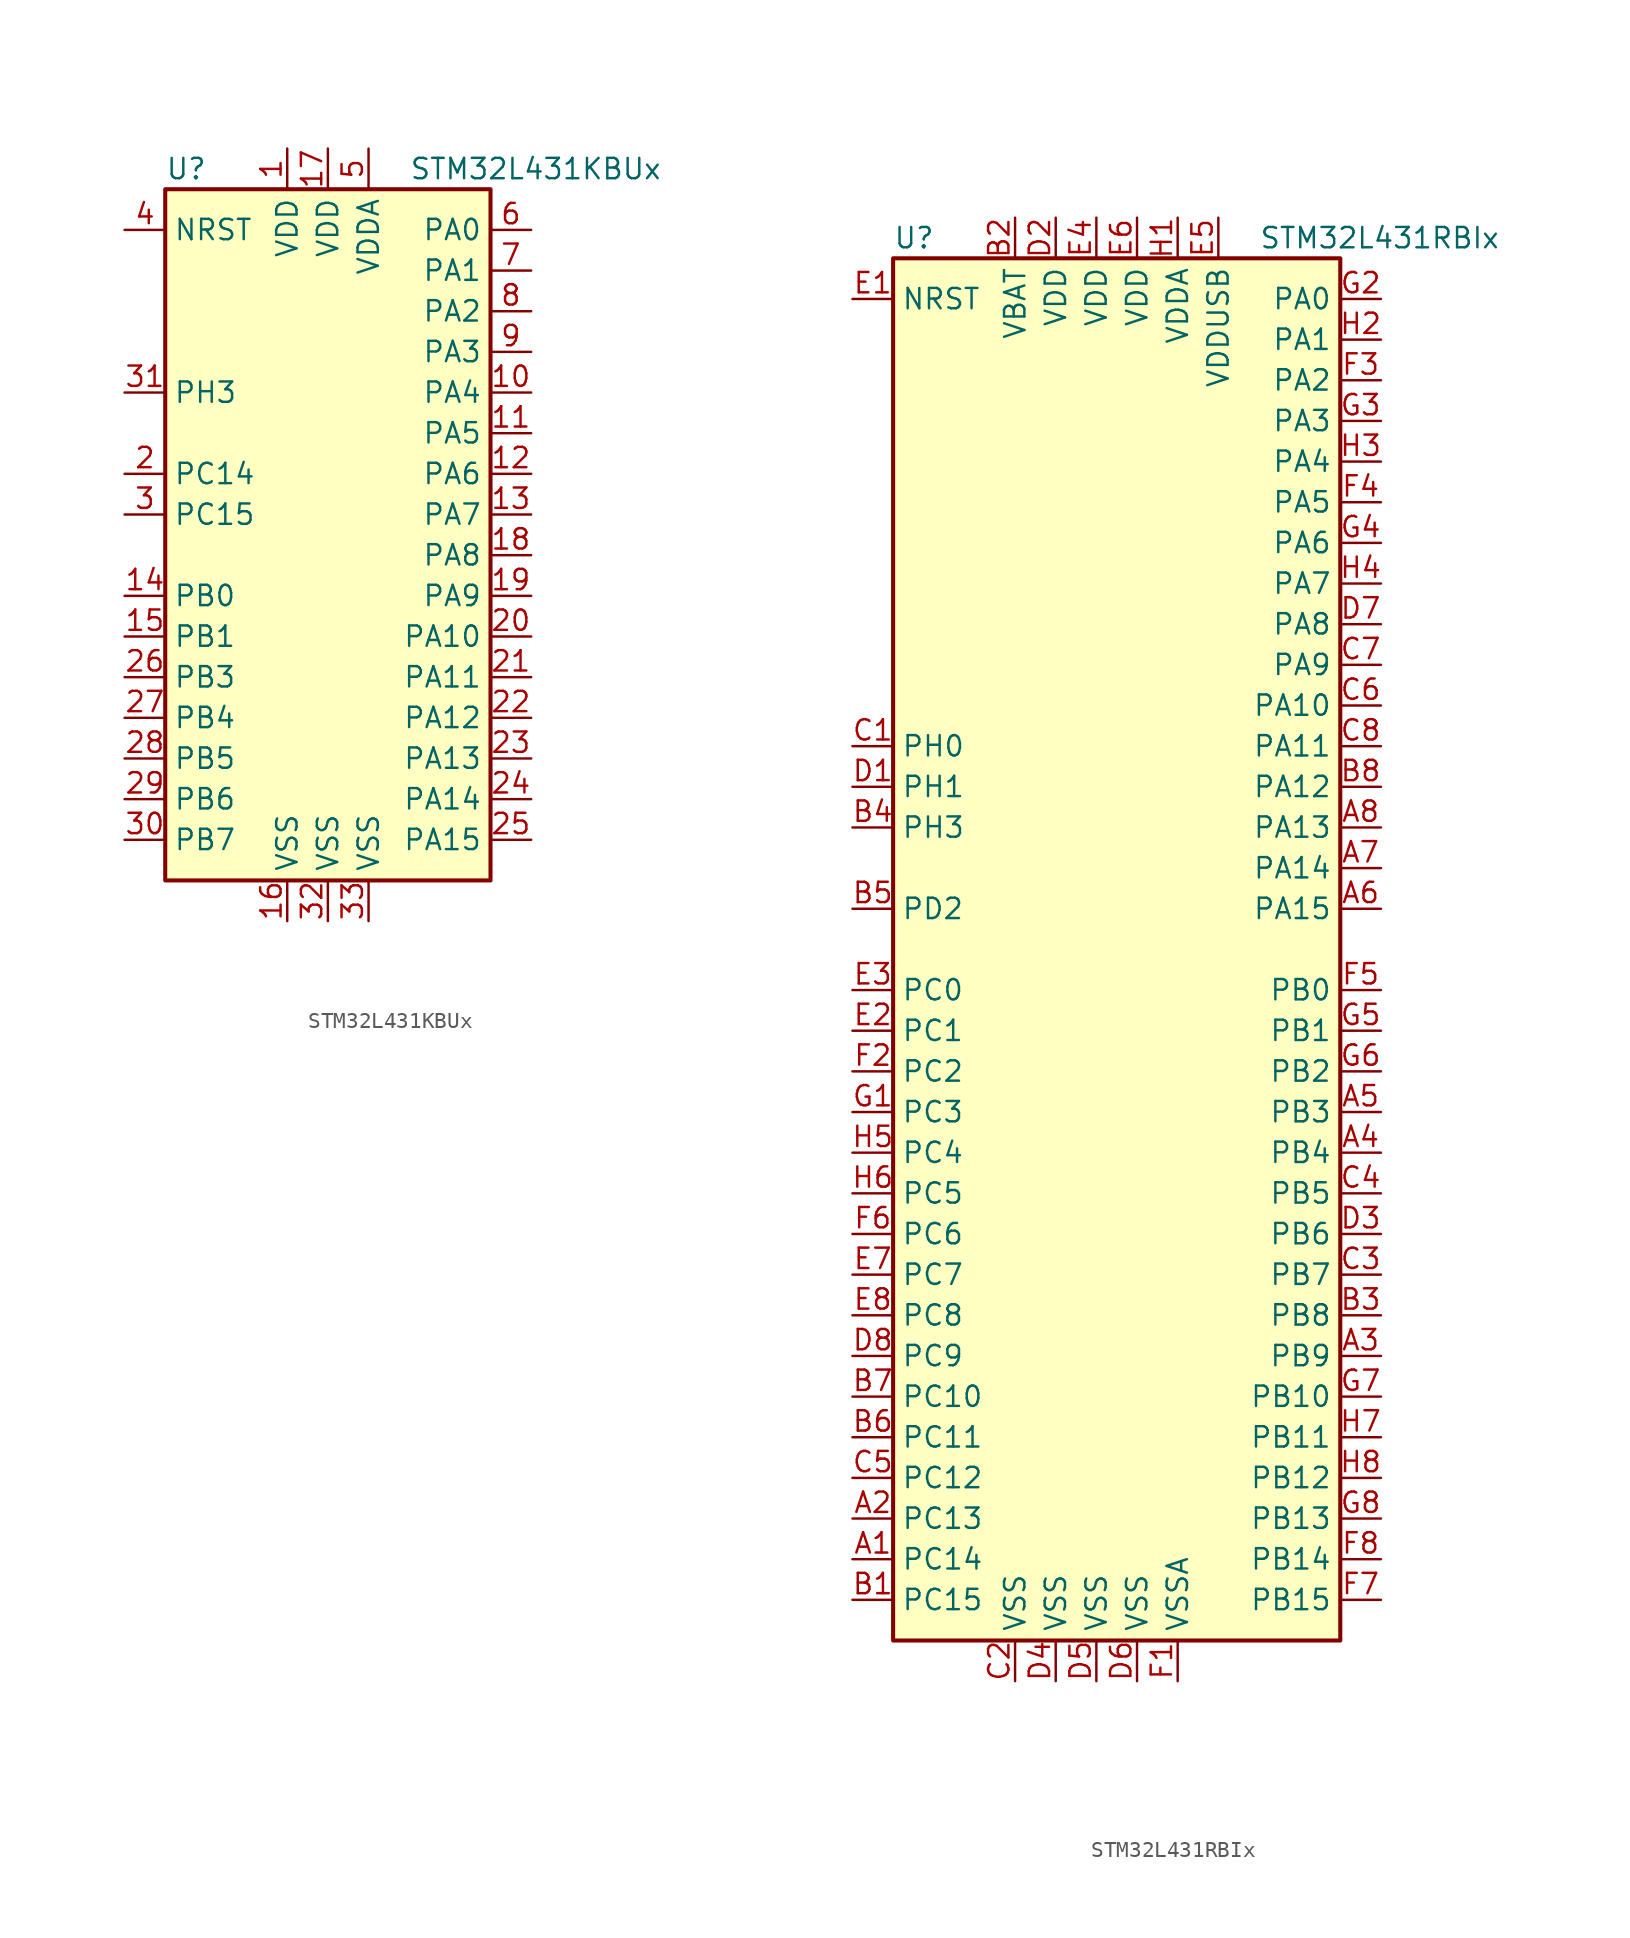
<source format=kicad_sym>
(kicad_symbol_lib
  (version 20201005)
  (generator kicad_symbol_editor)
  (symbol "STM32L431KBUx"
    (property "Reference" "U"
      (at -10.16 21.59 0)
      (effects (font (size 1.27 1.27)) (justify left)))
    (property "Value" "STM32L431KBUx"
      (at 5.08 21.59 0)
      (effects (font (size 1.27 1.27)) (justify left)))
    (symbol "STM32L431KBUx_0_1"
      (rectangle (start -10.16 -22.86) (end 10.16 20.32) (stroke (width 0.254)) (fill (type background))))
    (symbol "STM32L431KBUx_1_1"
      (pin input line (at -12.7 17.78 0) (length 2.54) (name "NRST" (effects (font (size 1.27 1.27)))) (number "4" (effects (font (size 1.27 1.27)))))
      (pin bidirectional line (at 12.7 17.78 180) (length 2.54) (name "PA0" (effects (font (size 1.27 1.27)))) (number "6" (effects (font (size 1.27 1.27)))))
      (pin bidirectional line (at 12.7 15.24 180) (length 2.54) (name "PA1" (effects (font (size 1.27 1.27)))) (number "7" (effects (font (size 1.27 1.27)))))
      (pin bidirectional line (at 12.7 -7.62 180) (length 2.54) (name "PA10" (effects (font (size 1.27 1.27)))) (number "20" (effects (font (size 1.27 1.27)))))
      (pin bidirectional line (at 12.7 -10.16 180) (length 2.54) (name "PA11" (effects (font (size 1.27 1.27)))) (number "21" (effects (font (size 1.27 1.27)))))
      (pin bidirectional line (at 12.7 -12.7 180) (length 2.54) (name "PA12" (effects (font (size 1.27 1.27)))) (number "22" (effects (font (size 1.27 1.27)))))
      (pin bidirectional line (at 12.7 -15.24 180) (length 2.54) (name "PA13" (effects (font (size 1.27 1.27)))) (number "23" (effects (font (size 1.27 1.27)))))
      (pin bidirectional line (at 12.7 -17.78 180) (length 2.54) (name "PA14" (effects (font (size 1.27 1.27)))) (number "24" (effects (font (size 1.27 1.27)))))
      (pin bidirectional line (at 12.7 -20.32 180) (length 2.54) (name "PA15" (effects (font (size 1.27 1.27)))) (number "25" (effects (font (size 1.27 1.27)))))
      (pin bidirectional line (at 12.7 12.7 180) (length 2.54) (name "PA2" (effects (font (size 1.27 1.27)))) (number "8" (effects (font (size 1.27 1.27)))))
      (pin bidirectional line (at 12.7 10.16 180) (length 2.54) (name "PA3" (effects (font (size 1.27 1.27)))) (number "9" (effects (font (size 1.27 1.27)))))
      (pin bidirectional line (at 12.7 7.62 180) (length 2.54) (name "PA4" (effects (font (size 1.27 1.27)))) (number "10" (effects (font (size 1.27 1.27)))))
      (pin bidirectional line (at 12.7 5.08 180) (length 2.54) (name "PA5" (effects (font (size 1.27 1.27)))) (number "11" (effects (font (size 1.27 1.27)))))
      (pin bidirectional line (at 12.7 2.54 180) (length 2.54) (name "PA6" (effects (font (size 1.27 1.27)))) (number "12" (effects (font (size 1.27 1.27)))))
      (pin bidirectional line (at 12.7 0 180) (length 2.54) (name "PA7" (effects (font (size 1.27 1.27)))) (number "13" (effects (font (size 1.27 1.27)))))
      (pin bidirectional line (at 12.7 -2.54 180) (length 2.54) (name "PA8" (effects (font (size 1.27 1.27)))) (number "18" (effects (font (size 1.27 1.27)))))
      (pin bidirectional line (at 12.7 -5.08 180) (length 2.54) (name "PA9" (effects (font (size 1.27 1.27)))) (number "19" (effects (font (size 1.27 1.27)))))
      (pin bidirectional line (at -12.7 -5.08 0) (length 2.54) (name "PB0" (effects (font (size 1.27 1.27)))) (number "14" (effects (font (size 1.27 1.27)))))
      (pin bidirectional line (at -12.7 -7.62 0) (length 2.54) (name "PB1" (effects (font (size 1.27 1.27)))) (number "15" (effects (font (size 1.27 1.27)))))
      (pin bidirectional line (at -12.7 -10.16 0) (length 2.54) (name "PB3" (effects (font (size 1.27 1.27)))) (number "26" (effects (font (size 1.27 1.27)))))
      (pin bidirectional line (at -12.7 -12.7 0) (length 2.54) (name "PB4" (effects (font (size 1.27 1.27)))) (number "27" (effects (font (size 1.27 1.27)))))
      (pin bidirectional line (at -12.7 -15.24 0) (length 2.54) (name "PB5" (effects (font (size 1.27 1.27)))) (number "28" (effects (font (size 1.27 1.27)))))
      (pin bidirectional line (at -12.7 -17.78 0) (length 2.54) (name "PB6" (effects (font (size 1.27 1.27)))) (number "29" (effects (font (size 1.27 1.27)))))
      (pin bidirectional line (at -12.7 -20.32 0) (length 2.54) (name "PB7" (effects (font (size 1.27 1.27)))) (number "30" (effects (font (size 1.27 1.27)))))
      (pin bidirectional line (at -12.7 2.54 0) (length 2.54) (name "PC14" (effects (font (size 1.27 1.27)))) (number "2" (effects (font (size 1.27 1.27)))))
      (pin bidirectional line (at -12.7 0 0) (length 2.54) (name "PC15" (effects (font (size 1.27 1.27)))) (number "3" (effects (font (size 1.27 1.27)))))
      (pin bidirectional line (at -12.7 7.62 0) (length 2.54) (name "PH3" (effects (font (size 1.27 1.27)))) (number "31" (effects (font (size 1.27 1.27)))))
      (pin power_in line (at -2.54 22.86 270) (length 2.54) (name "VDD" (effects (font (size 1.27 1.27)))) (number "1" (effects (font (size 1.27 1.27)))))
      (pin power_in line (at 0 22.86 270) (length 2.54) (name "VDD" (effects (font (size 1.27 1.27)))) (number "17" (effects (font (size 1.27 1.27)))))
      (pin power_in line (at 2.54 22.86 270) (length 2.54) (name "VDDA" (effects (font (size 1.27 1.27)))) (number "5" (effects (font (size 1.27 1.27)))))
      (pin power_in line (at -2.54 -25.4 90) (length 2.54) (name "VSS" (effects (font (size 1.27 1.27)))) (number "16" (effects (font (size 1.27 1.27)))))
      (pin power_in line (at 0 -25.4 90) (length 2.54) (name "VSS" (effects (font (size 1.27 1.27)))) (number "32" (effects (font (size 1.27 1.27)))))
      (pin power_in line (at 2.54 -25.4 90) (length 2.54) (name "VSS" (effects (font (size 1.27 1.27)))) (number "33" (effects (font (size 1.27 1.27)))))))
  (symbol "STM32L431RBIx"
    (property "Reference" "U"
      (at -15.24 44.45 0)
      (effects (font (size 1.27 1.27)) (justify left)))
    (property "Value" "STM32L431RBIx"
      (at 7.62 44.45 0)
      (effects (font (size 1.27 1.27)) (justify left)))
    (symbol "STM32L431RBIx_0_1"
      (rectangle (start -15.24 -43.18) (end 12.7 43.18) (stroke (width 0.254)) (fill (type background))))
    (symbol "STM32L431RBIx_1_1"
      (pin input line (at -17.78 40.64 0) (length 2.54) (name "NRST" (effects (font (size 1.27 1.27)))) (number "E1" (effects (font (size 1.27 1.27)))))
      (pin bidirectional line (at 15.24 40.64 180) (length 2.54) (name "PA0" (effects (font (size 1.27 1.27)))) (number "G2" (effects (font (size 1.27 1.27)))))
      (pin bidirectional line (at 15.24 38.1 180) (length 2.54) (name "PA1" (effects (font (size 1.27 1.27)))) (number "H2" (effects (font (size 1.27 1.27)))))
      (pin bidirectional line (at 15.24 15.24 180) (length 2.54) (name "PA10" (effects (font (size 1.27 1.27)))) (number "C6" (effects (font (size 1.27 1.27)))))
      (pin bidirectional line (at 15.24 12.7 180) (length 2.54) (name "PA11" (effects (font (size 1.27 1.27)))) (number "C8" (effects (font (size 1.27 1.27)))))
      (pin bidirectional line (at 15.24 10.16 180) (length 2.54) (name "PA12" (effects (font (size 1.27 1.27)))) (number "B8" (effects (font (size 1.27 1.27)))))
      (pin bidirectional line (at 15.24 7.62 180) (length 2.54) (name "PA13" (effects (font (size 1.27 1.27)))) (number "A8" (effects (font (size 1.27 1.27)))))
      (pin bidirectional line (at 15.24 5.08 180) (length 2.54) (name "PA14" (effects (font (size 1.27 1.27)))) (number "A7" (effects (font (size 1.27 1.27)))))
      (pin bidirectional line (at 15.24 2.54 180) (length 2.54) (name "PA15" (effects (font (size 1.27 1.27)))) (number "A6" (effects (font (size 1.27 1.27)))))
      (pin bidirectional line (at 15.24 35.56 180) (length 2.54) (name "PA2" (effects (font (size 1.27 1.27)))) (number "F3" (effects (font (size 1.27 1.27)))))
      (pin bidirectional line (at 15.24 33.02 180) (length 2.54) (name "PA3" (effects (font (size 1.27 1.27)))) (number "G3" (effects (font (size 1.27 1.27)))))
      (pin bidirectional line (at 15.24 30.48 180) (length 2.54) (name "PA4" (effects (font (size 1.27 1.27)))) (number "H3" (effects (font (size 1.27 1.27)))))
      (pin bidirectional line (at 15.24 27.94 180) (length 2.54) (name "PA5" (effects (font (size 1.27 1.27)))) (number "F4" (effects (font (size 1.27 1.27)))))
      (pin bidirectional line (at 15.24 25.4 180) (length 2.54) (name "PA6" (effects (font (size 1.27 1.27)))) (number "G4" (effects (font (size 1.27 1.27)))))
      (pin bidirectional line (at 15.24 22.86 180) (length 2.54) (name "PA7" (effects (font (size 1.27 1.27)))) (number "H4" (effects (font (size 1.27 1.27)))))
      (pin bidirectional line (at 15.24 20.32 180) (length 2.54) (name "PA8" (effects (font (size 1.27 1.27)))) (number "D7" (effects (font (size 1.27 1.27)))))
      (pin bidirectional line (at 15.24 17.78 180) (length 2.54) (name "PA9" (effects (font (size 1.27 1.27)))) (number "C7" (effects (font (size 1.27 1.27)))))
      (pin bidirectional line (at 15.24 -2.54 180) (length 2.54) (name "PB0" (effects (font (size 1.27 1.27)))) (number "F5" (effects (font (size 1.27 1.27)))))
      (pin bidirectional line (at 15.24 -5.08 180) (length 2.54) (name "PB1" (effects (font (size 1.27 1.27)))) (number "G5" (effects (font (size 1.27 1.27)))))
      (pin bidirectional line (at 15.24 -27.94 180) (length 2.54) (name "PB10" (effects (font (size 1.27 1.27)))) (number "G7" (effects (font (size 1.27 1.27)))))
      (pin bidirectional line (at 15.24 -30.48 180) (length 2.54) (name "PB11" (effects (font (size 1.27 1.27)))) (number "H7" (effects (font (size 1.27 1.27)))))
      (pin bidirectional line (at 15.24 -33.02 180) (length 2.54) (name "PB12" (effects (font (size 1.27 1.27)))) (number "H8" (effects (font (size 1.27 1.27)))))
      (pin bidirectional line (at 15.24 -35.56 180) (length 2.54) (name "PB13" (effects (font (size 1.27 1.27)))) (number "G8" (effects (font (size 1.27 1.27)))))
      (pin bidirectional line (at 15.24 -38.1 180) (length 2.54) (name "PB14" (effects (font (size 1.27 1.27)))) (number "F8" (effects (font (size 1.27 1.27)))))
      (pin bidirectional line (at 15.24 -40.64 180) (length 2.54) (name "PB15" (effects (font (size 1.27 1.27)))) (number "F7" (effects (font (size 1.27 1.27)))))
      (pin bidirectional line (at 15.24 -7.62 180) (length 2.54) (name "PB2" (effects (font (size 1.27 1.27)))) (number "G6" (effects (font (size 1.27 1.27)))))
      (pin bidirectional line (at 15.24 -10.16 180) (length 2.54) (name "PB3" (effects (font (size 1.27 1.27)))) (number "A5" (effects (font (size 1.27 1.27)))))
      (pin bidirectional line (at 15.24 -12.7 180) (length 2.54) (name "PB4" (effects (font (size 1.27 1.27)))) (number "A4" (effects (font (size 1.27 1.27)))))
      (pin bidirectional line (at 15.24 -15.24 180) (length 2.54) (name "PB5" (effects (font (size 1.27 1.27)))) (number "C4" (effects (font (size 1.27 1.27)))))
      (pin bidirectional line (at 15.24 -17.78 180) (length 2.54) (name "PB6" (effects (font (size 1.27 1.27)))) (number "D3" (effects (font (size 1.27 1.27)))))
      (pin bidirectional line (at 15.24 -20.32 180) (length 2.54) (name "PB7" (effects (font (size 1.27 1.27)))) (number "C3" (effects (font (size 1.27 1.27)))))
      (pin bidirectional line (at 15.24 -22.86 180) (length 2.54) (name "PB8" (effects (font (size 1.27 1.27)))) (number "B3" (effects (font (size 1.27 1.27)))))
      (pin bidirectional line (at 15.24 -25.4 180) (length 2.54) (name "PB9" (effects (font (size 1.27 1.27)))) (number "A3" (effects (font (size 1.27 1.27)))))
      (pin bidirectional line (at -17.78 -2.54 0) (length 2.54) (name "PC0" (effects (font (size 1.27 1.27)))) (number "E3" (effects (font (size 1.27 1.27)))))
      (pin bidirectional line (at -17.78 -5.08 0) (length 2.54) (name "PC1" (effects (font (size 1.27 1.27)))) (number "E2" (effects (font (size 1.27 1.27)))))
      (pin bidirectional line (at -17.78 -27.94 0) (length 2.54) (name "PC10" (effects (font (size 1.27 1.27)))) (number "B7" (effects (font (size 1.27 1.27)))))
      (pin bidirectional line (at -17.78 -30.48 0) (length 2.54) (name "PC11" (effects (font (size 1.27 1.27)))) (number "B6" (effects (font (size 1.27 1.27)))))
      (pin bidirectional line (at -17.78 -33.02 0) (length 2.54) (name "PC12" (effects (font (size 1.27 1.27)))) (number "C5" (effects (font (size 1.27 1.27)))))
      (pin bidirectional line (at -17.78 -35.56 0) (length 2.54) (name "PC13" (effects (font (size 1.27 1.27)))) (number "A2" (effects (font (size 1.27 1.27)))))
      (pin bidirectional line (at -17.78 -38.1 0) (length 2.54) (name "PC14" (effects (font (size 1.27 1.27)))) (number "A1" (effects (font (size 1.27 1.27)))))
      (pin bidirectional line (at -17.78 -40.64 0) (length 2.54) (name "PC15" (effects (font (size 1.27 1.27)))) (number "B1" (effects (font (size 1.27 1.27)))))
      (pin bidirectional line (at -17.78 -7.62 0) (length 2.54) (name "PC2" (effects (font (size 1.27 1.27)))) (number "F2" (effects (font (size 1.27 1.27)))))
      (pin bidirectional line (at -17.78 -10.16 0) (length 2.54) (name "PC3" (effects (font (size 1.27 1.27)))) (number "G1" (effects (font (size 1.27 1.27)))))
      (pin bidirectional line (at -17.78 -12.7 0) (length 2.54) (name "PC4" (effects (font (size 1.27 1.27)))) (number "H5" (effects (font (size 1.27 1.27)))))
      (pin bidirectional line (at -17.78 -15.24 0) (length 2.54) (name "PC5" (effects (font (size 1.27 1.27)))) (number "H6" (effects (font (size 1.27 1.27)))))
      (pin bidirectional line (at -17.78 -17.78 0) (length 2.54) (name "PC6" (effects (font (size 1.27 1.27)))) (number "F6" (effects (font (size 1.27 1.27)))))
      (pin bidirectional line (at -17.78 -20.32 0) (length 2.54) (name "PC7" (effects (font (size 1.27 1.27)))) (number "E7" (effects (font (size 1.27 1.27)))))
      (pin bidirectional line (at -17.78 -22.86 0) (length 2.54) (name "PC8" (effects (font (size 1.27 1.27)))) (number "E8" (effects (font (size 1.27 1.27)))))
      (pin bidirectional line (at -17.78 -25.4 0) (length 2.54) (name "PC9" (effects (font (size 1.27 1.27)))) (number "D8" (effects (font (size 1.27 1.27)))))
      (pin bidirectional line (at -17.78 2.54 0) (length 2.54) (name "PD2" (effects (font (size 1.27 1.27)))) (number "B5" (effects (font (size 1.27 1.27)))))
      (pin input line (at -17.78 12.7 0) (length 2.54) (name "PH0" (effects (font (size 1.27 1.27)))) (number "C1" (effects (font (size 1.27 1.27)))))
      (pin input line (at -17.78 10.16 0) (length 2.54) (name "PH1" (effects (font (size 1.27 1.27)))) (number "D1" (effects (font (size 1.27 1.27)))))
      (pin bidirectional line (at -17.78 7.62 0) (length 2.54) (name "PH3" (effects (font (size 1.27 1.27)))) (number "B4" (effects (font (size 1.27 1.27)))))
      (pin power_in line (at -7.62 45.72 270) (length 2.54) (name "VBAT" (effects (font (size 1.27 1.27)))) (number "B2" (effects (font (size 1.27 1.27)))))
      (pin power_in line (at -5.08 45.72 270) (length 2.54) (name "VDD" (effects (font (size 1.27 1.27)))) (number "D2" (effects (font (size 1.27 1.27)))))
      (pin power_in line (at -2.54 45.72 270) (length 2.54) (name "VDD" (effects (font (size 1.27 1.27)))) (number "E4" (effects (font (size 1.27 1.27)))))
      (pin power_in line (at 0 45.72 270) (length 2.54) (name "VDD" (effects (font (size 1.27 1.27)))) (number "E6" (effects (font (size 1.27 1.27)))))
      (pin power_in line (at 2.54 45.72 270) (length 2.54) (name "VDDA" (effects (font (size 1.27 1.27)))) (number "H1" (effects (font (size 1.27 1.27)))))
      (pin power_in line (at 5.08 45.72 270) (length 2.54) (name "VDDUSB" (effects (font (size 1.27 1.27)))) (number "E5" (effects (font (size 1.27 1.27)))))
      (pin power_in line (at -7.62 -45.72 90) (length 2.54) (name "VSS" (effects (font (size 1.27 1.27)))) (number "C2" (effects (font (size 1.27 1.27)))))
      (pin power_in line (at -5.08 -45.72 90) (length 2.54) (name "VSS" (effects (font (size 1.27 1.27)))) (number "D4" (effects (font (size 1.27 1.27)))))
      (pin power_in line (at -2.54 -45.72 90) (length 2.54) (name "VSS" (effects (font (size 1.27 1.27)))) (number "D5" (effects (font (size 1.27 1.27)))))
      (pin power_in line (at 0 -45.72 90) (length 2.54) (name "VSS" (effects (font (size 1.27 1.27)))) (number "D6" (effects (font (size 1.27 1.27)))))
      (pin power_in line (at 2.54 -45.72 90) (length 2.54) (name "VSSA" (effects (font (size 1.27 1.27)))) (number "F1" (effects (font (size 1.27 1.27))))))))
</source>
